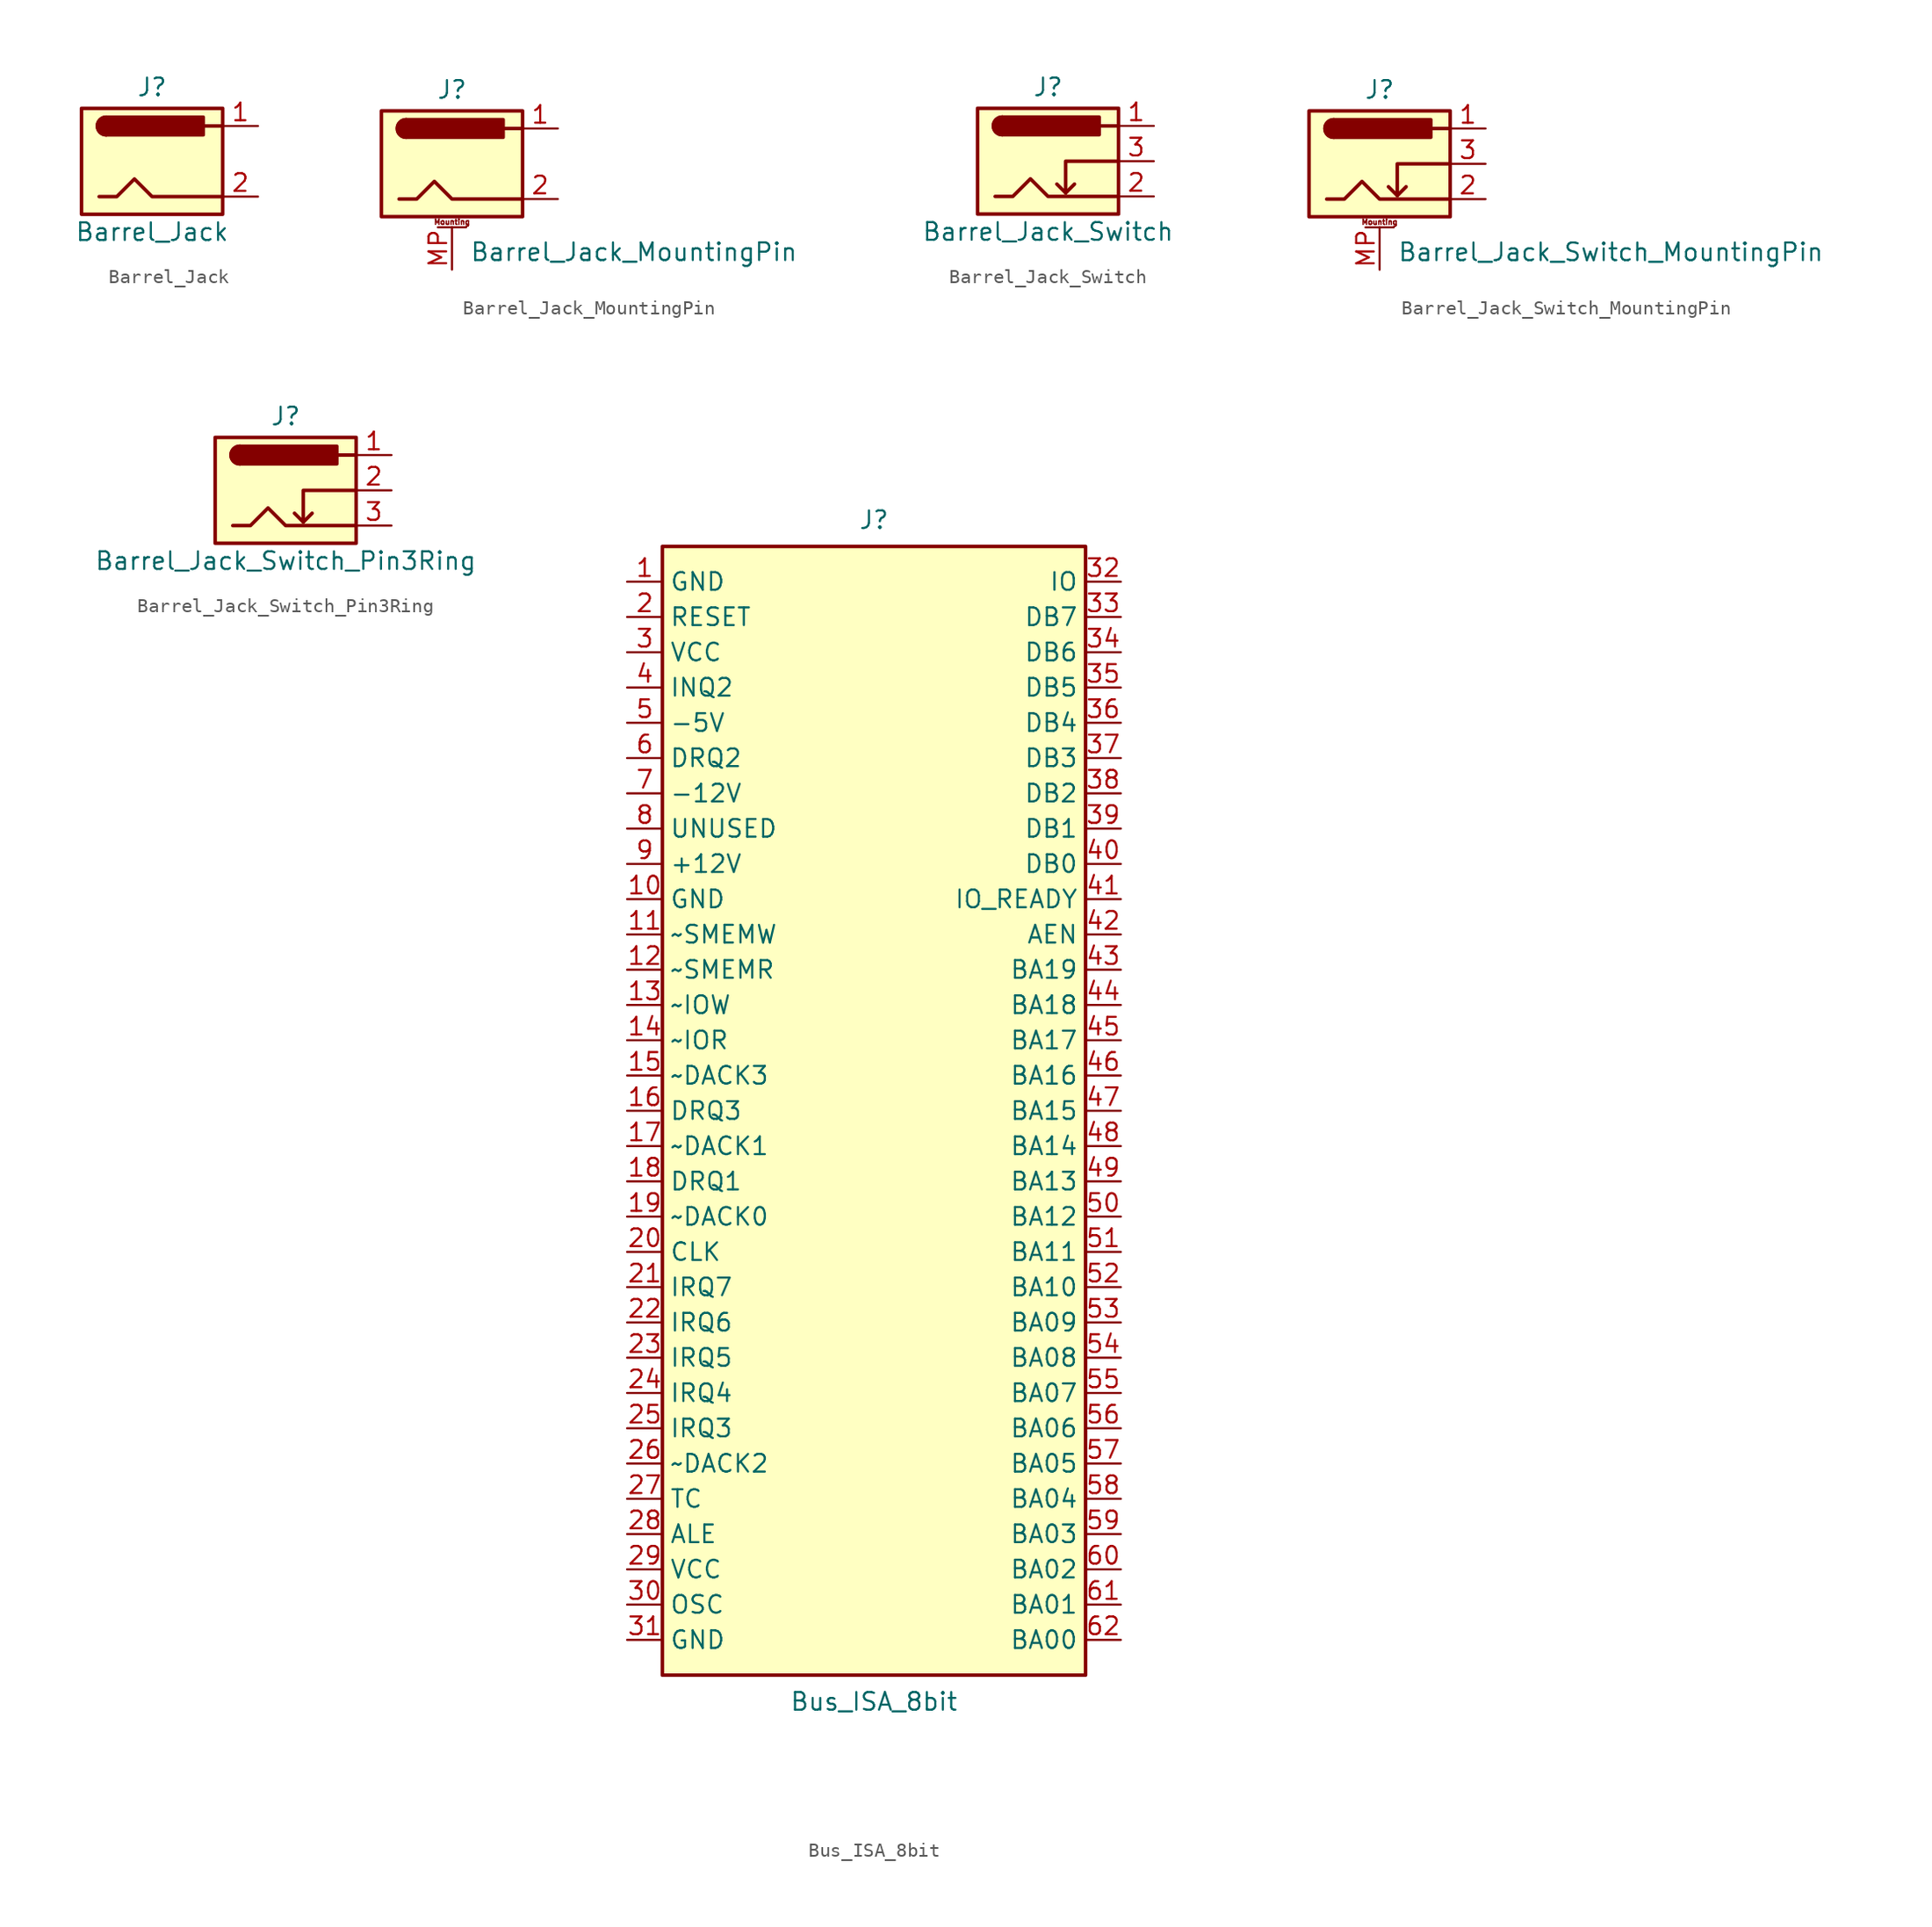
<source format=kicad_sym>
(kicad_symbol_lib
  (version 20210619)
  (generator kicad_symbol_editor)
  (symbol "Connector:Barrel_Jack"
    (pin_names
      (offset 1.016))
    (property "Reference" "J"
      (at 0 5.334 0)
      (effects (font (size 1.27 1.27))))
    (property "Value" "Barrel_Jack"
      (at 0 -5.08 0)
      (effects (font (size 1.27 1.27))))
    (symbol "Barrel_Jack_0_1"
      (arc (start -3.302 3.175) (end -3.302 1.905) (radius (at -3.302 2.54) (length 0.635) (angles 90.1 -90.1)) (stroke (width 0.254)) (fill (type none)))
      (arc (start -3.302 3.175) (end -3.302 1.905) (radius (at -3.302 2.54) (length 0.635) (angles 90.1 -90.1)) (stroke (width 0.254)) (fill (type outline)))
      (rectangle (start 3.683 3.175) (end -3.302 1.905) (stroke (width 0.254)) (fill (type outline)))
      (rectangle (start -5.08 3.81) (end 5.08 -3.81) (stroke (width 0.254)) (fill (type background)))
      (polyline (pts (xy 5.08 2.54) (xy 3.81 2.54)) (stroke (width 0.254)) (fill (type none)))
      (polyline (pts (xy -3.81 -2.54) (xy -2.54 -2.54) (xy -1.27 -1.27) (xy 0 -2.54) (xy 2.54 -2.54) (xy 5.08 -2.54)) (stroke (width 0.254)) (fill (type none))))
    (symbol "Barrel_Jack_1_1"
      (pin passive line (at 7.62 2.54 180) (length 2.54) (name "~" (effects (font (size 1.27 1.27)))) (number "1" (effects (font (size 1.27 1.27)))))
      (pin passive line (at 7.62 -2.54 180) (length 2.54) (name "~" (effects (font (size 1.27 1.27)))) (number "2" (effects (font (size 1.27 1.27)))))))
  (symbol "Connector:Barrel_Jack_MountingPin"
    (pin_names hide)
    (property "Reference" "J"
      (at 0 5.334 0)
      (effects (font (size 1.27 1.27))))
    (property "Value" "Barrel_Jack_MountingPin"
      (at 1.27 -6.35 0)
      (effects (font (size 1.27 1.27)) (justify left)))
    (symbol "Barrel_Jack_MountingPin_0_1"
      (arc (start -3.302 3.175) (end -3.302 1.905) (radius (at -3.302 2.54) (length 0.635) (angles 90.1 -90.1)) (stroke (width 0.254)) (fill (type none)))
      (arc (start -3.302 3.175) (end -3.302 1.905) (radius (at -3.302 2.54) (length 0.635) (angles 90.1 -90.1)) (stroke (width 0.254)) (fill (type outline)))
      (rectangle (start 3.683 3.175) (end -3.302 1.905) (stroke (width 0.254)) (fill (type outline)))
      (rectangle (start -5.08 3.81) (end 5.08 -3.81) (stroke (width 0.254)) (fill (type background)))
      (polyline (pts (xy 5.08 2.54) (xy 3.81 2.54)) (stroke (width 0.254)) (fill (type none)))
      (polyline (pts (xy -3.81 -2.54) (xy -2.54 -2.54) (xy -1.27 -1.27) (xy 0 -2.54) (xy 2.54 -2.54) (xy 5.08 -2.54)) (stroke (width 0.254)) (fill (type none))))
    (symbol "Barrel_Jack_MountingPin_1_1"
      (text "Mounting" (at 0 -4.191 0) (effects (font (size 0.381 0.381))))
      (polyline (pts (xy -1.016 -4.572) (xy 1.016 -4.572)) (stroke (width 0.152)) (fill (type none)))
      (pin passive line (at 7.62 2.54 180) (length 2.54) (name "~" (effects (font (size 1.27 1.27)))) (number "1" (effects (font (size 1.27 1.27)))))
      (pin passive line (at 7.62 -2.54 180) (length 2.54) (name "~" (effects (font (size 1.27 1.27)))) (number "2" (effects (font (size 1.27 1.27)))))
      (pin passive line (at 0 -7.62 90) (length 3.048) (name "MountPin" (effects (font (size 1.27 1.27)))) (number "MP" (effects (font (size 1.27 1.27)))))))
  (symbol "Connector:Barrel_Jack_Switch"
    (pin_names hide)
    (property "Reference" "J"
      (at 0 5.334 0)
      (effects (font (size 1.27 1.27))))
    (property "Value" "Barrel_Jack_Switch"
      (at 0 -5.08 0)
      (effects (font (size 1.27 1.27))))
    (symbol "Barrel_Jack_Switch_0_1"
      (arc (start -3.302 3.175) (end -3.302 1.905) (radius (at -3.302 2.54) (length 0.635) (angles 90.1 -90.1)) (stroke (width 0.254)) (fill (type none)))
      (arc (start -3.302 3.175) (end -3.302 1.905) (radius (at -3.302 2.54) (length 0.635) (angles 90.1 -90.1)) (stroke (width 0.254)) (fill (type outline)))
      (rectangle (start 3.683 3.175) (end -3.302 1.905) (stroke (width 0.254)) (fill (type outline)))
      (rectangle (start -5.08 3.81) (end 5.08 -3.81) (stroke (width 0.254)) (fill (type background)))
      (polyline (pts (xy 1.27 -2.286) (xy 1.905 -1.651)) (stroke (width 0.254)) (fill (type none)))
      (polyline (pts (xy 5.08 2.54) (xy 3.81 2.54)) (stroke (width 0.254)) (fill (type none)))
      (polyline (pts (xy 5.08 0) (xy 1.27 0) (xy 1.27 -2.286) (xy 0.635 -1.651)) (stroke (width 0.254)) (fill (type none)))
      (polyline (pts (xy -3.81 -2.54) (xy -2.54 -2.54) (xy -1.27 -1.27) (xy 0 -2.54) (xy 2.54 -2.54) (xy 5.08 -2.54)) (stroke (width 0.254)) (fill (type none))))
    (symbol "Barrel_Jack_Switch_1_1"
      (pin passive line (at 7.62 2.54 180) (length 2.54) (name "~" (effects (font (size 1.27 1.27)))) (number "1" (effects (font (size 1.27 1.27)))))
      (pin passive line (at 7.62 -2.54 180) (length 2.54) (name "~" (effects (font (size 1.27 1.27)))) (number "2" (effects (font (size 1.27 1.27)))))
      (pin passive line (at 7.62 0 180) (length 2.54) (name "~" (effects (font (size 1.27 1.27)))) (number "3" (effects (font (size 1.27 1.27)))))))
  (symbol "Connector:Barrel_Jack_Switch_MountingPin"
    (pin_names hide)
    (property "Reference" "J"
      (at 0 5.334 0)
      (effects (font (size 1.27 1.27))))
    (property "Value" "Barrel_Jack_Switch_MountingPin"
      (at 1.27 -6.35 0)
      (effects (font (size 1.27 1.27)) (justify left)))
    (symbol "Barrel_Jack_Switch_MountingPin_0_1"
      (arc (start -3.302 3.175) (end -3.302 1.905) (radius (at -3.302 2.54) (length 0.635) (angles 90.1 -90.1)) (stroke (width 0.254)) (fill (type none)))
      (arc (start -3.302 3.175) (end -3.302 1.905) (radius (at -3.302 2.54) (length 0.635) (angles 90.1 -90.1)) (stroke (width 0.254)) (fill (type outline)))
      (rectangle (start 3.683 3.175) (end -3.302 1.905) (stroke (width 0.254)) (fill (type outline)))
      (rectangle (start -5.08 3.81) (end 5.08 -3.81) (stroke (width 0.254)) (fill (type background)))
      (polyline (pts (xy 1.27 -2.286) (xy 1.905 -1.651)) (stroke (width 0.254)) (fill (type none)))
      (polyline (pts (xy 5.08 2.54) (xy 3.81 2.54)) (stroke (width 0.254)) (fill (type none)))
      (polyline (pts (xy 5.08 0) (xy 1.27 0) (xy 1.27 -2.286) (xy 0.635 -1.651)) (stroke (width 0.254)) (fill (type none)))
      (polyline (pts (xy -3.81 -2.54) (xy -2.54 -2.54) (xy -1.27 -1.27) (xy 0 -2.54) (xy 2.54 -2.54) (xy 5.08 -2.54)) (stroke (width 0.254)) (fill (type none))))
    (symbol "Barrel_Jack_Switch_MountingPin_1_1"
      (text "Mounting" (at 0 -4.191 0) (effects (font (size 0.381 0.381))))
      (polyline (pts (xy -1.016 -4.572) (xy 1.016 -4.572)) (stroke (width 0.152)) (fill (type none)))
      (pin passive line (at 7.62 2.54 180) (length 2.54) (name "~" (effects (font (size 1.27 1.27)))) (number "1" (effects (font (size 1.27 1.27)))))
      (pin passive line (at 7.62 -2.54 180) (length 2.54) (name "~" (effects (font (size 1.27 1.27)))) (number "2" (effects (font (size 1.27 1.27)))))
      (pin passive line (at 7.62 0 180) (length 2.54) (name "~" (effects (font (size 1.27 1.27)))) (number "3" (effects (font (size 1.27 1.27)))))
      (pin passive line (at 0 -7.62 90) (length 3.048) (name "MountPin" (effects (font (size 1.27 1.27)))) (number "MP" (effects (font (size 1.27 1.27)))))))
  (symbol "Connector:Barrel_Jack_Switch_Pin3Ring"
    (pin_names hide)
    (property "Reference" "J"
      (at 0 5.334 0)
      (effects (font (size 1.27 1.27))))
    (property "Value" "Barrel_Jack_Switch_Pin3Ring"
      (at 0 -5.08 0)
      (effects (font (size 1.27 1.27))))
    (symbol "Barrel_Jack_Switch_Pin3Ring_0_1"
      (arc (start -3.302 3.175) (end -3.302 1.905) (radius (at -3.302 2.54) (length 0.635) (angles 90.1 -90.1)) (stroke (width 0.254)) (fill (type none)))
      (arc (start -3.302 3.175) (end -3.302 1.905) (radius (at -3.302 2.54) (length 0.635) (angles 90.1 -90.1)) (stroke (width 0.254)) (fill (type outline)))
      (rectangle (start 3.683 3.175) (end -3.302 1.905) (stroke (width 0.254)) (fill (type outline)))
      (rectangle (start -5.08 3.81) (end 5.08 -3.81) (stroke (width 0.254)) (fill (type background)))
      (polyline (pts (xy 1.27 -2.286) (xy 1.905 -1.651)) (stroke (width 0.254)) (fill (type none)))
      (polyline (pts (xy 5.08 2.54) (xy 3.81 2.54)) (stroke (width 0.254)) (fill (type none)))
      (polyline (pts (xy 5.08 0) (xy 1.27 0) (xy 1.27 -2.286) (xy 0.635 -1.651)) (stroke (width 0.254)) (fill (type none)))
      (polyline (pts (xy -3.81 -2.54) (xy -2.54 -2.54) (xy -1.27 -1.27) (xy 0 -2.54) (xy 2.54 -2.54) (xy 5.08 -2.54)) (stroke (width 0.254)) (fill (type none))))
    (symbol "Barrel_Jack_Switch_Pin3Ring_1_1"
      (pin passive line (at 7.62 2.54 180) (length 2.54) (name "~" (effects (font (size 1.27 1.27)))) (number "1" (effects (font (size 1.27 1.27)))))
      (pin passive line (at 7.62 0 180) (length 2.54) (name "~" (effects (font (size 1.27 1.27)))) (number "2" (effects (font (size 1.27 1.27)))))
      (pin passive line (at 7.62 -2.54 180) (length 2.54) (name "~" (effects (font (size 1.27 1.27)))) (number "3" (effects (font (size 1.27 1.27)))))))
  (symbol "Connector:Bus_ISA_8bit"
    (property "Reference" "J"
      (at 0 42.545 0)
      (effects (font (size 1.27 1.27))))
    (property "Value" "Bus_ISA_8bit"
      (at 0 -42.545 0)
      (effects (font (size 1.27 1.27))))
    (symbol "Bus_ISA_8bit_0_1"
      (rectangle (start -15.24 -40.64) (end 15.24 40.64) (stroke (width 0.254)) (fill (type background))))
    (symbol "Bus_ISA_8bit_1_1"
      (pin power_in line (at -17.78 38.1 0) (length 2.54) (name "GND" (effects (font (size 1.27 1.27)))) (number "1" (effects (font (size 1.27 1.27)))))
      (pin power_in line (at -17.78 15.24 0) (length 2.54) (name "GND" (effects (font (size 1.27 1.27)))) (number "10" (effects (font (size 1.27 1.27)))))
      (pin output line (at -17.78 12.7 0) (length 2.54) (name "~SMEMW" (effects (font (size 1.27 1.27)))) (number "11" (effects (font (size 1.27 1.27)))))
      (pin output line (at -17.78 10.16 0) (length 2.54) (name "~SMEMR" (effects (font (size 1.27 1.27)))) (number "12" (effects (font (size 1.27 1.27)))))
      (pin output line (at -17.78 7.62 0) (length 2.54) (name "~IOW" (effects (font (size 1.27 1.27)))) (number "13" (effects (font (size 1.27 1.27)))))
      (pin output line (at -17.78 5.08 0) (length 2.54) (name "~IOR" (effects (font (size 1.27 1.27)))) (number "14" (effects (font (size 1.27 1.27)))))
      (pin passive line (at -17.78 2.54 0) (length 2.54) (name "~DACK3" (effects (font (size 1.27 1.27)))) (number "15" (effects (font (size 1.27 1.27)))))
      (pin passive line (at -17.78 0 0) (length 2.54) (name "DRQ3" (effects (font (size 1.27 1.27)))) (number "16" (effects (font (size 1.27 1.27)))))
      (pin passive line (at -17.78 -2.54 0) (length 2.54) (name "~DACK1" (effects (font (size 1.27 1.27)))) (number "17" (effects (font (size 1.27 1.27)))))
      (pin passive line (at -17.78 -5.08 0) (length 2.54) (name "DRQ1" (effects (font (size 1.27 1.27)))) (number "18" (effects (font (size 1.27 1.27)))))
      (pin passive line (at -17.78 -7.62 0) (length 2.54) (name "~DACK0" (effects (font (size 1.27 1.27)))) (number "19" (effects (font (size 1.27 1.27)))))
      (pin output line (at -17.78 35.56 0) (length 2.54) (name "RESET" (effects (font (size 1.27 1.27)))) (number "2" (effects (font (size 1.27 1.27)))))
      (pin output line (at -17.78 -10.16 0) (length 2.54) (name "CLK" (effects (font (size 1.27 1.27)))) (number "20" (effects (font (size 1.27 1.27)))))
      (pin passive line (at -17.78 -12.7 0) (length 2.54) (name "IRQ7" (effects (font (size 1.27 1.27)))) (number "21" (effects (font (size 1.27 1.27)))))
      (pin passive line (at -17.78 -15.24 0) (length 2.54) (name "IRQ6" (effects (font (size 1.27 1.27)))) (number "22" (effects (font (size 1.27 1.27)))))
      (pin passive line (at -17.78 -17.78 0) (length 2.54) (name "IRQ5" (effects (font (size 1.27 1.27)))) (number "23" (effects (font (size 1.27 1.27)))))
      (pin passive line (at -17.78 -20.32 0) (length 2.54) (name "IRQ4" (effects (font (size 1.27 1.27)))) (number "24" (effects (font (size 1.27 1.27)))))
      (pin passive line (at -17.78 -22.86 0) (length 2.54) (name "IRQ3" (effects (font (size 1.27 1.27)))) (number "25" (effects (font (size 1.27 1.27)))))
      (pin passive line (at -17.78 -25.4 0) (length 2.54) (name "~DACK2" (effects (font (size 1.27 1.27)))) (number "26" (effects (font (size 1.27 1.27)))))
      (pin passive line (at -17.78 -27.94 0) (length 2.54) (name "TC" (effects (font (size 1.27 1.27)))) (number "27" (effects (font (size 1.27 1.27)))))
      (pin output line (at -17.78 -30.48 0) (length 2.54) (name "ALE" (effects (font (size 1.27 1.27)))) (number "28" (effects (font (size 1.27 1.27)))))
      (pin power_in line (at -17.78 -33.02 0) (length 2.54) (name "VCC" (effects (font (size 1.27 1.27)))) (number "29" (effects (font (size 1.27 1.27)))))
      (pin power_in line (at -17.78 33.02 0) (length 2.54) (name "VCC" (effects (font (size 1.27 1.27)))) (number "3" (effects (font (size 1.27 1.27)))))
      (pin output line (at -17.78 -35.56 0) (length 2.54) (name "OSC" (effects (font (size 1.27 1.27)))) (number "30" (effects (font (size 1.27 1.27)))))
      (pin power_in line (at -17.78 -38.1 0) (length 2.54) (name "GND" (effects (font (size 1.27 1.27)))) (number "31" (effects (font (size 1.27 1.27)))))
      (pin passive line (at 17.78 38.1 180) (length 2.54) (name "IO" (effects (font (size 1.27 1.27)))) (number "32" (effects (font (size 1.27 1.27)))))
      (pin tri_state line (at 17.78 35.56 180) (length 2.54) (name "DB7" (effects (font (size 1.27 1.27)))) (number "33" (effects (font (size 1.27 1.27)))))
      (pin tri_state line (at 17.78 33.02 180) (length 2.54) (name "DB6" (effects (font (size 1.27 1.27)))) (number "34" (effects (font (size 1.27 1.27)))))
      (pin tri_state line (at 17.78 30.48 180) (length 2.54) (name "DB5" (effects (font (size 1.27 1.27)))) (number "35" (effects (font (size 1.27 1.27)))))
      (pin tri_state line (at 17.78 27.94 180) (length 2.54) (name "DB4" (effects (font (size 1.27 1.27)))) (number "36" (effects (font (size 1.27 1.27)))))
      (pin tri_state line (at 17.78 25.4 180) (length 2.54) (name "DB3" (effects (font (size 1.27 1.27)))) (number "37" (effects (font (size 1.27 1.27)))))
      (pin tri_state line (at 17.78 22.86 180) (length 2.54) (name "DB2" (effects (font (size 1.27 1.27)))) (number "38" (effects (font (size 1.27 1.27)))))
      (pin tri_state line (at 17.78 20.32 180) (length 2.54) (name "DB1" (effects (font (size 1.27 1.27)))) (number "39" (effects (font (size 1.27 1.27)))))
      (pin passive line (at -17.78 30.48 0) (length 2.54) (name "INQ2" (effects (font (size 1.27 1.27)))) (number "4" (effects (font (size 1.27 1.27)))))
      (pin tri_state line (at 17.78 17.78 180) (length 2.54) (name "DB0" (effects (font (size 1.27 1.27)))) (number "40" (effects (font (size 1.27 1.27)))))
      (pin passive line (at 17.78 15.24 180) (length 2.54) (name "IO_READY" (effects (font (size 1.27 1.27)))) (number "41" (effects (font (size 1.27 1.27)))))
      (pin output line (at 17.78 12.7 180) (length 2.54) (name "AEN" (effects (font (size 1.27 1.27)))) (number "42" (effects (font (size 1.27 1.27)))))
      (pin tri_state line (at 17.78 10.16 180) (length 2.54) (name "BA19" (effects (font (size 1.27 1.27)))) (number "43" (effects (font (size 1.27 1.27)))))
      (pin tri_state line (at 17.78 7.62 180) (length 2.54) (name "BA18" (effects (font (size 1.27 1.27)))) (number "44" (effects (font (size 1.27 1.27)))))
      (pin tri_state line (at 17.78 5.08 180) (length 2.54) (name "BA17" (effects (font (size 1.27 1.27)))) (number "45" (effects (font (size 1.27 1.27)))))
      (pin tri_state line (at 17.78 2.54 180) (length 2.54) (name "BA16" (effects (font (size 1.27 1.27)))) (number "46" (effects (font (size 1.27 1.27)))))
      (pin tri_state line (at 17.78 0 180) (length 2.54) (name "BA15" (effects (font (size 1.27 1.27)))) (number "47" (effects (font (size 1.27 1.27)))))
      (pin tri_state line (at 17.78 -2.54 180) (length 2.54) (name "BA14" (effects (font (size 1.27 1.27)))) (number "48" (effects (font (size 1.27 1.27)))))
      (pin tri_state line (at 17.78 -5.08 180) (length 2.54) (name "BA13" (effects (font (size 1.27 1.27)))) (number "49" (effects (font (size 1.27 1.27)))))
      (pin power_in line (at -17.78 27.94 0) (length 2.54) (name "-5V" (effects (font (size 1.27 1.27)))) (number "5" (effects (font (size 1.27 1.27)))))
      (pin tri_state line (at 17.78 -7.62 180) (length 2.54) (name "BA12" (effects (font (size 1.27 1.27)))) (number "50" (effects (font (size 1.27 1.27)))))
      (pin tri_state line (at 17.78 -10.16 180) (length 2.54) (name "BA11" (effects (font (size 1.27 1.27)))) (number "51" (effects (font (size 1.27 1.27)))))
      (pin tri_state line (at 17.78 -12.7 180) (length 2.54) (name "BA10" (effects (font (size 1.27 1.27)))) (number "52" (effects (font (size 1.27 1.27)))))
      (pin tri_state line (at 17.78 -15.24 180) (length 2.54) (name "BA09" (effects (font (size 1.27 1.27)))) (number "53" (effects (font (size 1.27 1.27)))))
      (pin tri_state line (at 17.78 -17.78 180) (length 2.54) (name "BA08" (effects (font (size 1.27 1.27)))) (number "54" (effects (font (size 1.27 1.27)))))
      (pin tri_state line (at 17.78 -20.32 180) (length 2.54) (name "BA07" (effects (font (size 1.27 1.27)))) (number "55" (effects (font (size 1.27 1.27)))))
      (pin tri_state line (at 17.78 -22.86 180) (length 2.54) (name "BA06" (effects (font (size 1.27 1.27)))) (number "56" (effects (font (size 1.27 1.27)))))
      (pin tri_state line (at 17.78 -25.4 180) (length 2.54) (name "BA05" (effects (font (size 1.27 1.27)))) (number "57" (effects (font (size 1.27 1.27)))))
      (pin tri_state line (at 17.78 -27.94 180) (length 2.54) (name "BA04" (effects (font (size 1.27 1.27)))) (number "58" (effects (font (size 1.27 1.27)))))
      (pin tri_state line (at 17.78 -30.48 180) (length 2.54) (name "BA03" (effects (font (size 1.27 1.27)))) (number "59" (effects (font (size 1.27 1.27)))))
      (pin passive line (at -17.78 25.4 0) (length 2.54) (name "DRQ2" (effects (font (size 1.27 1.27)))) (number "6" (effects (font (size 1.27 1.27)))))
      (pin tri_state line (at 17.78 -33.02 180) (length 2.54) (name "BA02" (effects (font (size 1.27 1.27)))) (number "60" (effects (font (size 1.27 1.27)))))
      (pin tri_state line (at 17.78 -35.56 180) (length 2.54) (name "BA01" (effects (font (size 1.27 1.27)))) (number "61" (effects (font (size 1.27 1.27)))))
      (pin tri_state line (at 17.78 -38.1 180) (length 2.54) (name "BA00" (effects (font (size 1.27 1.27)))) (number "62" (effects (font (size 1.27 1.27)))))
      (pin power_in line (at -17.78 22.86 0) (length 2.54) (name "-12V" (effects (font (size 1.27 1.27)))) (number "7" (effects (font (size 1.27 1.27)))))
      (pin passive line (at -17.78 20.32 0) (length 2.54) (name "UNUSED" (effects (font (size 1.27 1.27)))) (number "8" (effects (font (size 1.27 1.27)))))
      (pin power_in line (at -17.78 17.78 0) (length 2.54) (name "+12V" (effects (font (size 1.27 1.27)))) (number "9" (effects (font (size 1.27 1.27))))))))
</source>
